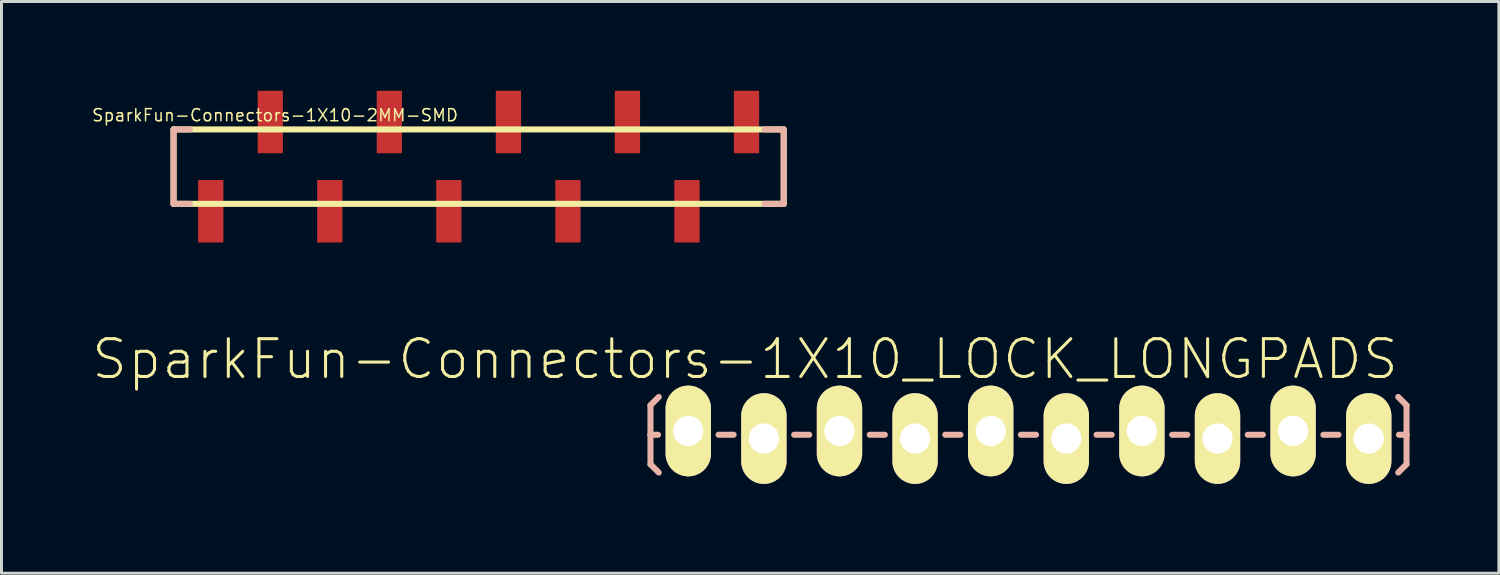
<source format=kicad_pcb>
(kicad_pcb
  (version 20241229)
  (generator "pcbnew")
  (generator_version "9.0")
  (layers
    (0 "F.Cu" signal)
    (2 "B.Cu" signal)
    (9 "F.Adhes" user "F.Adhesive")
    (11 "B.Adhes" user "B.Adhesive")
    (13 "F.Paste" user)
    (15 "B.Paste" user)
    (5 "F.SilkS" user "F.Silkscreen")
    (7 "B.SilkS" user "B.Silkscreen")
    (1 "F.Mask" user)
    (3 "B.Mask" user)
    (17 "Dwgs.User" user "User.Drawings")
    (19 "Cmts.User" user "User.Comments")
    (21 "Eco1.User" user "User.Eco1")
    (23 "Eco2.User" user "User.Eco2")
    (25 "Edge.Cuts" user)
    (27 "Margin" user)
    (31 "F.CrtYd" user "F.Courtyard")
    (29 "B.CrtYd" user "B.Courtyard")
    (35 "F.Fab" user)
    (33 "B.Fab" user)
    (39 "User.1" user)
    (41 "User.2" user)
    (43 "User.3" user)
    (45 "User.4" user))
  (footprint "SparkFun-Connectors-1X10-2MM-SMD"
    (layer "F.Cu")
    (at 4.031 2.548)
    (property "Reference" "SparkFun-Connectors-1X10-2MM-SMD" (at 2.159 -1.727 0) (layer "F.SilkS") (effects (font (size 0.406 0.406) (thickness 0.051))))
    (attr smd)
    (fp_line (start -1.25 -1.25) (end -1.25 1.25) (stroke (width 0.203) (type solid)) (layer "F.SilkS"))
    (fp_line (start -1.25 -1.25) (end 19.248 -1.25) (stroke (width 0.203) (type solid)) (layer "F.SilkS"))
    (fp_line (start 19.248 -1.25) (end 19.248 1.25) (stroke (width 0.203) (type solid)) (layer "F.SilkS"))
    (fp_line (start 19.248 1.25) (end -1.25 1.25) (stroke (width 0.203) (type solid)) (layer "F.SilkS"))
    (fp_line (start -1.25 -1.25) (end -1.25 1.25) (stroke (width 0.203) (type solid)) (layer "B.SilkS"))
    (fp_line (start -1.25 -1.25) (end -0.699 -1.25) (stroke (width 0.203) (type solid)) (layer "B.SilkS"))
    (fp_line (start -1.25 1.25) (end -0.699 1.25) (stroke (width 0.203) (type solid)) (layer "B.SilkS"))
    (fp_line (start 18.598 1.25) (end 19.248 1.25) (stroke (width 0.203) (type solid)) (layer "B.SilkS"))
    (fp_line (start 19.248 -1.25) (end 18.598 -1.25) (stroke (width 0.203) (type solid)) (layer "B.SilkS"))
    (fp_line (start 19.248 1.25) (end 19.248 -1.25) (stroke (width 0.203) (type solid)) (layer "B.SilkS"))
    (pad "1" smd rect (at 0 1.499) (size 0.848 2.098) (layers "F.Cu" "F.Mask" "F.Paste"))
    (pad "2" smd rect (at 1.999 -1.499) (size 0.848 2.098) (layers "F.Cu" "F.Mask" "F.Paste"))
    (pad "3" smd rect (at 3.998 1.499) (size 0.848 2.098) (layers "F.Cu" "F.Mask" "F.Paste"))
    (pad "4" smd rect (at 5.999 -1.499) (size 0.848 2.098) (layers "F.Cu" "F.Mask" "F.Paste"))
    (pad "5" smd rect (at 7.998 1.499) (size 0.848 2.098) (layers "F.Cu" "F.Mask" "F.Paste"))
    (pad "6" smd rect (at 10 -1.499) (size 0.848 2.098) (layers "F.Cu" "F.Mask" "F.Paste"))
    (pad "7" smd rect (at 11.999 1.499) (size 0.848 2.098) (layers "F.Cu" "F.Mask" "F.Paste"))
    (pad "8" smd rect (at 13.998 -1.499) (size 0.848 2.098) (layers "F.Cu" "F.Mask" "F.Paste"))
    (pad "9" smd rect (at 15.999 1.499) (size 0.848 2.098) (layers "F.Cu" "F.Mask" "F.Paste"))
    (pad "10" smd rect (at 17.998 -1.499) (size 0.848 2.098) (layers "F.Cu" "F.Mask" "F.Paste")))
  (footprint "SparkFun-Connectors-1X10_LOCK_LONGPADS"
    (layer "F.Cu")
    (at 20.073 11.556)
    (property "Reference" "SparkFun-Connectors-1X10_LOCK_LONGPADS" (at 1.905 -2.54 0) (layer "F.SilkS") (effects (font (size 1.27 1.27) (thickness 0.102))))
    (attr exclude_from_pos_files exclude_from_bom)
    (fp_line (start -0.292 -0.292) (end 0.292 -0.292) (stroke (width 0.066) (type solid)) (layer "F.SilkS"))
    (fp_line (start -0.292 0.292) (end -0.292 -0.292) (stroke (width 0.066) (type solid)) (layer "F.SilkS"))
    (fp_line (start -0.292 0.292) (end 0.292 0.292) (stroke (width 0.066) (type solid)) (layer "F.SilkS"))
    (fp_line (start 0.292 0.292) (end 0.292 -0.292) (stroke (width 0.066) (type solid)) (layer "F.SilkS"))
    (fp_line (start 2.248 -0.292) (end 2.832 -0.292) (stroke (width 0.066) (type solid)) (layer "F.SilkS"))
    (fp_line (start 2.248 0.292) (end 2.248 -0.292) (stroke (width 0.066) (type solid)) (layer "F.SilkS"))
    (fp_line (start 2.248 0.292) (end 2.832 0.292) (stroke (width 0.066) (type solid)) (layer "F.SilkS"))
    (fp_line (start 2.832 0.292) (end 2.832 -0.292) (stroke (width 0.066) (type solid)) (layer "F.SilkS"))
    (fp_line (start 4.788 -0.292) (end 5.372 -0.292) (stroke (width 0.066) (type solid)) (layer "F.SilkS"))
    (fp_line (start 4.788 0.292) (end 4.788 -0.292) (stroke (width 0.066) (type solid)) (layer "F.SilkS"))
    (fp_line (start 4.788 0.292) (end 5.372 0.292) (stroke (width 0.066) (type solid)) (layer "F.SilkS"))
    (fp_line (start 5.372 0.292) (end 5.372 -0.292) (stroke (width 0.066) (type solid)) (layer "F.SilkS"))
    (fp_line (start 7.328 -0.292) (end 7.912 -0.292) (stroke (width 0.066) (type solid)) (layer "F.SilkS"))
    (fp_line (start 7.328 0.292) (end 7.328 -0.292) (stroke (width 0.066) (type solid)) (layer "F.SilkS"))
    (fp_line (start 7.328 0.292) (end 7.912 0.292) (stroke (width 0.066) (type solid)) (layer "F.SilkS"))
    (fp_line (start 7.912 0.292) (end 7.912 -0.292) (stroke (width 0.066) (type solid)) (layer "F.SilkS"))
    (fp_line (start 9.868 -0.292) (end 10.452 -0.292) (stroke (width 0.066) (type solid)) (layer "F.SilkS"))
    (fp_line (start 9.868 0.292) (end 9.868 -0.292) (stroke (width 0.066) (type solid)) (layer "F.SilkS"))
    (fp_line (start 9.868 0.292) (end 10.452 0.292) (stroke (width 0.066) (type solid)) (layer "F.SilkS"))
    (fp_line (start 10.452 0.292) (end 10.452 -0.292) (stroke (width 0.066) (type solid)) (layer "F.SilkS"))
    (fp_line (start 12.408 -0.292) (end 12.992 -0.292) (stroke (width 0.066) (type solid)) (layer "F.SilkS"))
    (fp_line (start 12.408 0.292) (end 12.408 -0.292) (stroke (width 0.066) (type solid)) (layer "F.SilkS"))
    (fp_line (start 12.408 0.292) (end 12.992 0.292) (stroke (width 0.066) (type solid)) (layer "F.SilkS"))
    (fp_line (start 12.992 0.292) (end 12.992 -0.292) (stroke (width 0.066) (type solid)) (layer "F.SilkS"))
    (fp_line (start 14.948 -0.292) (end 15.532 -0.292) (stroke (width 0.066) (type solid)) (layer "F.SilkS"))
    (fp_line (start 14.948 0.292) (end 14.948 -0.292) (stroke (width 0.066) (type solid)) (layer "F.SilkS"))
    (fp_line (start 14.948 0.292) (end 15.532 0.292) (stroke (width 0.066) (type solid)) (layer "F.SilkS"))
    (fp_line (start 15.532 0.292) (end 15.532 -0.292) (stroke (width 0.066) (type solid)) (layer "F.SilkS"))
    (fp_line (start 17.488 -0.292) (end 18.072 -0.292) (stroke (width 0.066) (type solid)) (layer "F.SilkS"))
    (fp_line (start 17.488 0.292) (end 17.488 -0.292) (stroke (width 0.066) (type solid)) (layer "F.SilkS"))
    (fp_line (start 17.488 0.292) (end 18.072 0.292) (stroke (width 0.066) (type solid)) (layer "F.SilkS"))
    (fp_line (start 18.072 0.292) (end 18.072 -0.292) (stroke (width 0.066) (type solid)) (layer "F.SilkS"))
    (fp_line (start 20.028 -0.292) (end 20.612 -0.292) (stroke (width 0.066) (type solid)) (layer "F.SilkS"))
    (fp_line (start 20.028 0.292) (end 20.028 -0.292) (stroke (width 0.066) (type solid)) (layer "F.SilkS"))
    (fp_line (start 20.028 0.292) (end 20.612 0.292) (stroke (width 0.066) (type solid)) (layer "F.SilkS"))
    (fp_line (start 20.612 0.292) (end 20.612 -0.292) (stroke (width 0.066) (type solid)) (layer "F.SilkS"))
    (fp_line (start 22.568 -0.292) (end 23.152 -0.292) (stroke (width 0.066) (type solid)) (layer "F.SilkS"))
    (fp_line (start 22.568 0.292) (end 22.568 -0.292) (stroke (width 0.066) (type solid)) (layer "F.SilkS"))
    (fp_line (start 22.568 0.292) (end 23.152 0.292) (stroke (width 0.066) (type solid)) (layer "F.SilkS"))
    (fp_line (start 23.152 0.292) (end 23.152 -0.292) (stroke (width 0.066) (type solid)) (layer "F.SilkS"))
    (fp_line (start -1.27 -0.991) (end -0.991 -1.27) (stroke (width 0.203) (type solid)) (layer "B.SilkS"))
    (fp_line (start -1.27 0) (end -1.27 -0.991) (stroke (width 0.203) (type solid)) (layer "B.SilkS"))
    (fp_line (start -1.27 0) (end -1.27 0.991) (stroke (width 0.203) (type solid)) (layer "B.SilkS"))
    (fp_line (start -1.27 0) (end -1.016 0) (stroke (width 0.203) (type solid)) (layer "B.SilkS"))
    (fp_line (start -1.27 0.991) (end -0.991 1.27) (stroke (width 0.203) (type solid)) (layer "B.SilkS"))
    (fp_line (start 1.524 0) (end 1.016 0) (stroke (width 0.203) (type solid)) (layer "B.SilkS"))
    (fp_line (start 4.064 0) (end 3.556 0) (stroke (width 0.203) (type solid)) (layer "B.SilkS"))
    (fp_line (start 6.604 0) (end 6.096 0) (stroke (width 0.203) (type solid)) (layer "B.SilkS"))
    (fp_line (start 9.144 0) (end 8.636 0) (stroke (width 0.203) (type solid)) (layer "B.SilkS"))
    (fp_line (start 11.684 0) (end 11.176 0) (stroke (width 0.203) (type solid)) (layer "B.SilkS"))
    (fp_line (start 14.224 0) (end 13.716 0) (stroke (width 0.203) (type solid)) (layer "B.SilkS"))
    (fp_line (start 16.764 0) (end 16.256 0) (stroke (width 0.203) (type solid)) (layer "B.SilkS"))
    (fp_line (start 19.304 0) (end 18.796 0) (stroke (width 0.203) (type solid)) (layer "B.SilkS"))
    (fp_line (start 21.844 0) (end 21.336 0) (stroke (width 0.203) (type solid)) (layer "B.SilkS"))
    (fp_line (start 24.13 -0.991) (end 23.851 -1.27) (stroke (width 0.203) (type solid)) (layer "B.SilkS"))
    (fp_line (start 24.13 0) (end 23.876 0) (stroke (width 0.203) (type solid)) (layer "B.SilkS"))
    (fp_line (start 24.13 0) (end 24.13 -0.991) (stroke (width 0.203) (type solid)) (layer "B.SilkS"))
    (fp_line (start 24.13 0) (end 24.13 0.991) (stroke (width 0.203) (type solid)) (layer "B.SilkS"))
    (fp_line (start 24.13 0.991) (end 23.851 1.27) (stroke (width 0.203) (type solid)) (layer "B.SilkS"))
    (pad "1" thru_hole oval (at 0 -0.127 180) (size 1.524 3.048) (drill 1.016) (layers "*.Cu" "F.Mask" "F.SilkS" "F.Paste"))
    (pad "2" thru_hole oval (at 2.54 0.127 180) (size 1.524 3.048) (drill 1.016) (layers "*.Cu" "F.Mask" "F.SilkS" "F.Paste"))
    (pad "3" thru_hole oval (at 5.08 -0.127 180) (size 1.524 3.048) (drill 1.016) (layers "*.Cu" "F.Mask" "F.SilkS" "F.Paste"))
    (pad "4" thru_hole oval (at 7.62 0.127 180) (size 1.524 3.048) (drill 1.016) (layers "*.Cu" "F.Mask" "F.SilkS" "F.Paste"))
    (pad "5" thru_hole oval (at 10.16 -0.127 180) (size 1.524 3.048) (drill 1.016) (layers "*.Cu" "F.Mask" "F.SilkS" "F.Paste"))
    (pad "6" thru_hole oval (at 12.7 0.127 180) (size 1.524 3.048) (drill 1.016) (layers "*.Cu" "F.Mask" "F.SilkS" "F.Paste"))
    (pad "7" thru_hole oval (at 15.24 -0.127 180) (size 1.524 3.048) (drill 1.016) (layers "*.Cu" "F.Mask" "F.SilkS" "F.Paste"))
    (pad "8" thru_hole oval (at 17.78 0.127 180) (size 1.524 3.048) (drill 1.016) (layers "*.Cu" "F.Mask" "F.SilkS" "F.Paste"))
    (pad "9" thru_hole oval (at 20.32 -0.127 180) (size 1.524 3.048) (drill 1.016) (layers "*.Cu" "F.Mask" "F.SilkS" "F.Paste"))
    (pad "10" thru_hole oval (at 22.86 0.127 180) (size 1.524 3.048) (drill 1.016) (layers "*.Cu" "F.Mask" "F.SilkS" "F.Paste")))
  (gr_rect
    (start -3 -3)
    (end 47.305 16.207)
    (stroke (width 0.1) (type default))
    (fill no)
    (layer "Edge.Cuts")))
</source>
